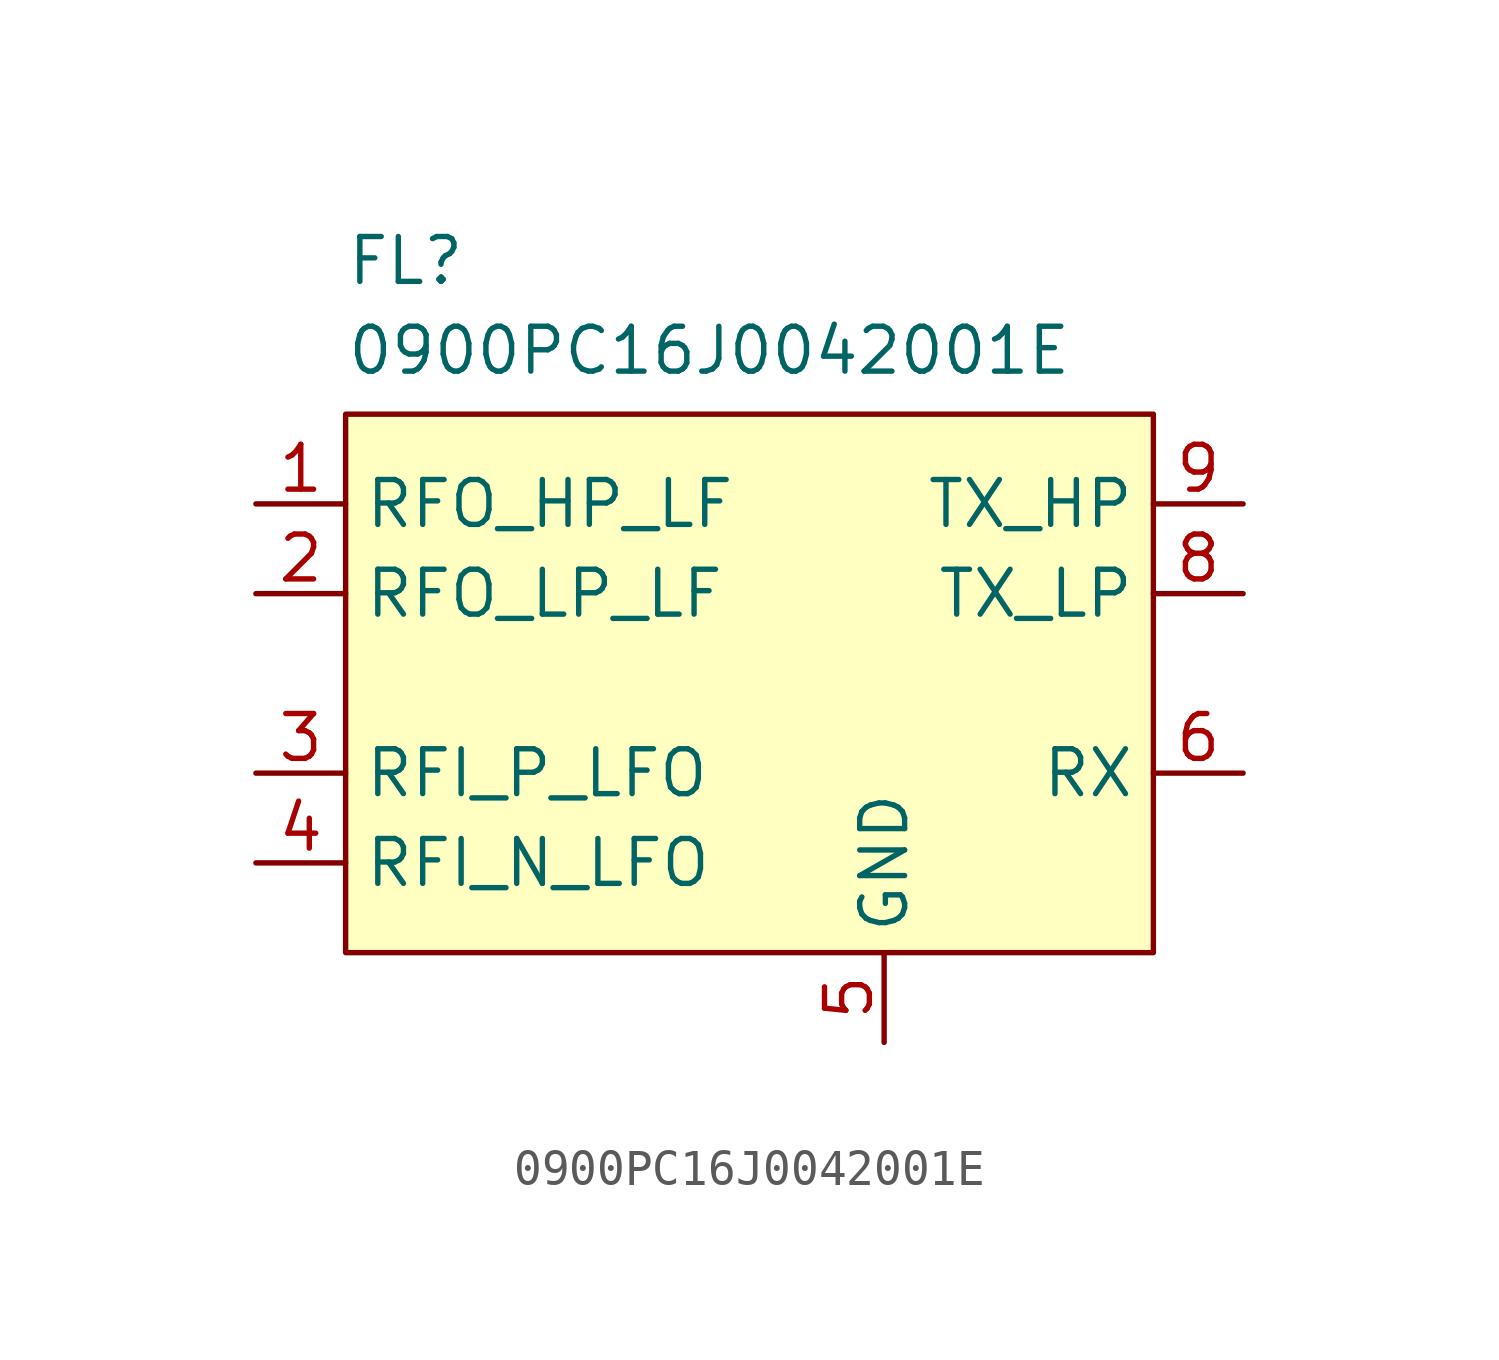
<source format=kicad_sym>
(kicad_symbol_lib
  (version 20241209)
  (generator "kicad_symbol_editor")
  (generator_version "9.0")
  (symbol "0900PC16J0042001E"
    (property "Reference" "FL"
      (at 2.54 7.62 0)
      (effects (font (size 1.27 1.27)) (justify left top)))
    (property "Value" "0900PC16J0042001E"
      (at 2.54 5.08 0)
      (effects (font (size 1.27 1.27)) (justify left top)))
    (symbol "0900PC16J0042001E_1_1"
      (rectangle (start 2.54 2.54) (end 25.4 -12.7) (stroke (width 0) (type solid)) (fill (type background)))
      (pin input line (at 0 0 0) (length 2.54) (name "RFO_HP_LF" (effects (font (size 1.27 1.27)))) (number "1" (effects (font (size 1.27 1.27)))))
      (pin input line (at 0 -2.54 0) (length 2.54) (name "RFO_LP_LF" (effects (font (size 1.27 1.27)))) (number "2" (effects (font (size 1.27 1.27)))))
      (pin input line (at 0 -7.62 0) (length 2.54) (name "RFI_P_LFO" (effects (font (size 1.27 1.27)))) (number "3" (effects (font (size 1.27 1.27)))))
      (pin input line (at 0 -10.16 0) (length 2.54) (name "RFI_N_LFO" (effects (font (size 1.27 1.27)))) (number "4" (effects (font (size 1.27 1.27)))))
      (pin input line (at 17.78 -15.24 90) (length 2.54) (hide yes) (name "GND" (effects (font (size 1.27 1.27)))) (number "10" (effects (font (size 1.27 1.27)))))
      (pin input line (at 17.78 -15.24 90) (length 2.54) (name "GND" (effects (font (size 1.27 1.27)))) (number "5" (effects (font (size 1.27 1.27)))))
      (pin input line (at 17.78 -15.24 90) (length 2.54) (hide yes) (name "GND" (effects (font (size 1.27 1.27)))) (number "7" (effects (font (size 1.27 1.27)))))
      (pin input line (at 27.94 0 180) (length 2.54) (name "TX_HP" (effects (font (size 1.27 1.27)))) (number "9" (effects (font (size 1.27 1.27)))))
      (pin input line (at 27.94 -2.54 180) (length 2.54) (name "TX_LP" (effects (font (size 1.27 1.27)))) (number "8" (effects (font (size 1.27 1.27)))))
      (pin input line (at 27.94 -7.62 180) (length 2.54) (name "RX" (effects (font (size 1.27 1.27)))) (number "6" (effects (font (size 1.27 1.27))))))))
</source>
